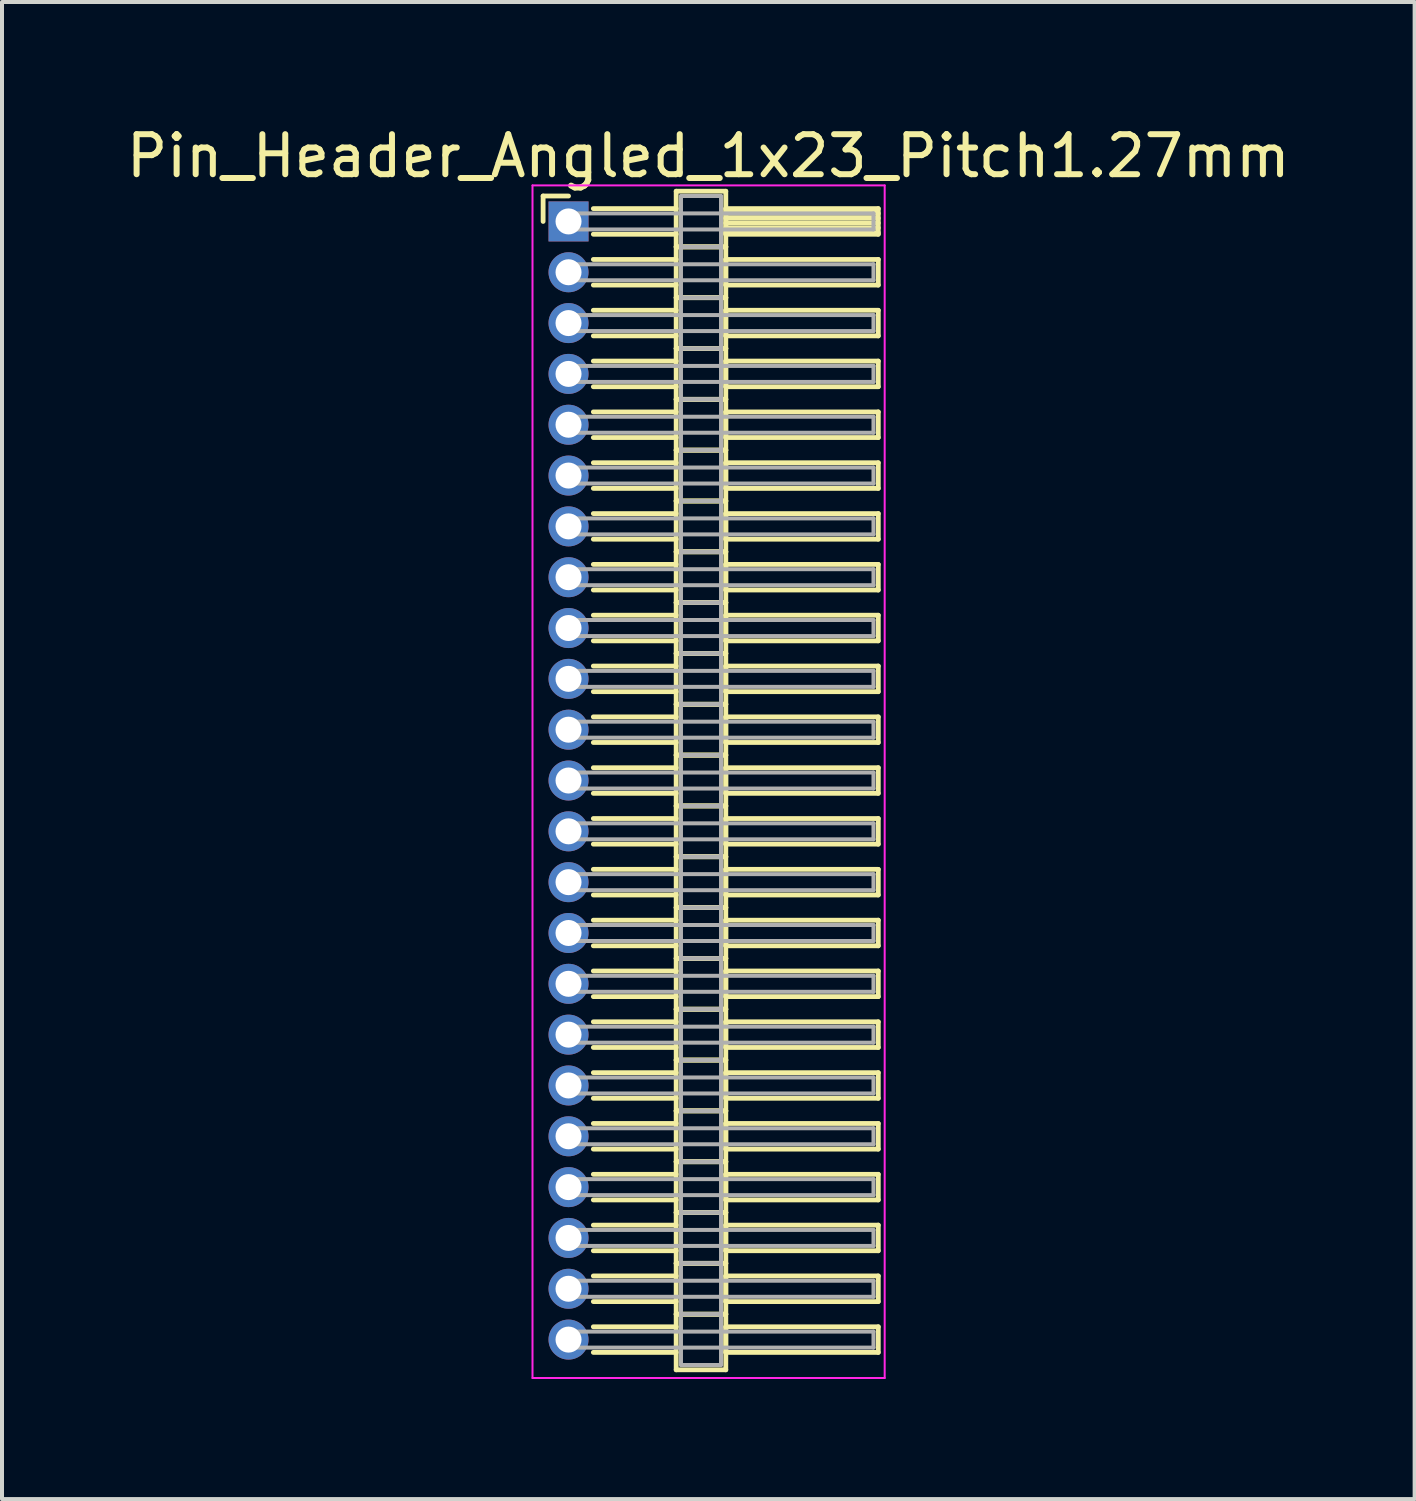
<source format=kicad_pcb>
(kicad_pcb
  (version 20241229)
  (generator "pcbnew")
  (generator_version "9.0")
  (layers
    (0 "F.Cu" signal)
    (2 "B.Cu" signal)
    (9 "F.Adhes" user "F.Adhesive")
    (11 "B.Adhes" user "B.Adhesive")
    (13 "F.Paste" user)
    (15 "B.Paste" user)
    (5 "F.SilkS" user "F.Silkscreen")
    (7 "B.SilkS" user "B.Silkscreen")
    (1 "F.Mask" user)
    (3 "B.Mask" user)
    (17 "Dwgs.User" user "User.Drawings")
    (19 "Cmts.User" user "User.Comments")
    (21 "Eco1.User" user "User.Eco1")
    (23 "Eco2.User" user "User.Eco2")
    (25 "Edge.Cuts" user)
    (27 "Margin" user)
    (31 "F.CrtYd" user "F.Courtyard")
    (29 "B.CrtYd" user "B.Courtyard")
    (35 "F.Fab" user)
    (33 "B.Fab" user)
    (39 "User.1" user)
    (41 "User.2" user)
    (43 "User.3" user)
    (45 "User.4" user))
  (footprint "Pin_Header_Angled_1x23_Pitch1.27mm"
    (layer "F.Cu")
    (at 11.156 2.483)
    (property "Reference" "Pin_Header_Angled_1x23_Pitch1.27mm" (at 3.493 -1.635 0) (layer "F.SilkS") (effects (font (size 1 1) (thickness 0.15))))
    (attr through_hole)
    (fp_line (start -0.635 -0.635) (end 0 -0.635) (stroke (width 0.12) (type solid)) (layer "F.SilkS"))
    (fp_line (start -0.635 0) (end -0.635 -0.635) (stroke (width 0.12) (type solid)) (layer "F.SilkS"))
    (fp_line (start 0.62 -0.32) (end 2.69 -0.32) (stroke (width 0.12) (type solid)) (layer "F.SilkS"))
    (fp_line (start 0.62 0.32) (end 2.69 0.32) (stroke (width 0.12) (type solid)) (layer "F.SilkS"))
    (fp_line (start 0.62 0.95) (end 2.69 0.95) (stroke (width 0.12) (type solid)) (layer "F.SilkS"))
    (fp_line (start 0.62 1.59) (end 2.69 1.59) (stroke (width 0.12) (type solid)) (layer "F.SilkS"))
    (fp_line (start 0.62 2.22) (end 2.69 2.22) (stroke (width 0.12) (type solid)) (layer "F.SilkS"))
    (fp_line (start 0.62 2.86) (end 2.69 2.86) (stroke (width 0.12) (type solid)) (layer "F.SilkS"))
    (fp_line (start 0.62 3.49) (end 2.69 3.49) (stroke (width 0.12) (type solid)) (layer "F.SilkS"))
    (fp_line (start 0.62 4.13) (end 2.69 4.13) (stroke (width 0.12) (type solid)) (layer "F.SilkS"))
    (fp_line (start 0.62 4.76) (end 2.69 4.76) (stroke (width 0.12) (type solid)) (layer "F.SilkS"))
    (fp_line (start 0.62 5.4) (end 2.69 5.4) (stroke (width 0.12) (type solid)) (layer "F.SilkS"))
    (fp_line (start 0.62 6.03) (end 2.69 6.03) (stroke (width 0.12) (type solid)) (layer "F.SilkS"))
    (fp_line (start 0.62 6.67) (end 2.69 6.67) (stroke (width 0.12) (type solid)) (layer "F.SilkS"))
    (fp_line (start 0.62 7.3) (end 2.69 7.3) (stroke (width 0.12) (type solid)) (layer "F.SilkS"))
    (fp_line (start 0.62 7.94) (end 2.69 7.94) (stroke (width 0.12) (type solid)) (layer "F.SilkS"))
    (fp_line (start 0.62 8.57) (end 2.69 8.57) (stroke (width 0.12) (type solid)) (layer "F.SilkS"))
    (fp_line (start 0.62 9.21) (end 2.69 9.21) (stroke (width 0.12) (type solid)) (layer "F.SilkS"))
    (fp_line (start 0.62 9.84) (end 2.69 9.84) (stroke (width 0.12) (type solid)) (layer "F.SilkS"))
    (fp_line (start 0.62 10.48) (end 2.69 10.48) (stroke (width 0.12) (type solid)) (layer "F.SilkS"))
    (fp_line (start 0.62 11.11) (end 2.69 11.11) (stroke (width 0.12) (type solid)) (layer "F.SilkS"))
    (fp_line (start 0.62 11.75) (end 2.69 11.75) (stroke (width 0.12) (type solid)) (layer "F.SilkS"))
    (fp_line (start 0.62 12.38) (end 2.69 12.38) (stroke (width 0.12) (type solid)) (layer "F.SilkS"))
    (fp_line (start 0.62 13.02) (end 2.69 13.02) (stroke (width 0.12) (type solid)) (layer "F.SilkS"))
    (fp_line (start 0.62 13.65) (end 2.69 13.65) (stroke (width 0.12) (type solid)) (layer "F.SilkS"))
    (fp_line (start 0.62 14.29) (end 2.69 14.29) (stroke (width 0.12) (type solid)) (layer "F.SilkS"))
    (fp_line (start 0.62 14.92) (end 2.69 14.92) (stroke (width 0.12) (type solid)) (layer "F.SilkS"))
    (fp_line (start 0.62 15.56) (end 2.69 15.56) (stroke (width 0.12) (type solid)) (layer "F.SilkS"))
    (fp_line (start 0.62 16.19) (end 2.69 16.19) (stroke (width 0.12) (type solid)) (layer "F.SilkS"))
    (fp_line (start 0.62 16.83) (end 2.69 16.83) (stroke (width 0.12) (type solid)) (layer "F.SilkS"))
    (fp_line (start 0.62 17.46) (end 2.69 17.46) (stroke (width 0.12) (type solid)) (layer "F.SilkS"))
    (fp_line (start 0.62 18.1) (end 2.69 18.1) (stroke (width 0.12) (type solid)) (layer "F.SilkS"))
    (fp_line (start 0.62 18.73) (end 2.69 18.73) (stroke (width 0.12) (type solid)) (layer "F.SilkS"))
    (fp_line (start 0.62 19.37) (end 2.69 19.37) (stroke (width 0.12) (type solid)) (layer "F.SilkS"))
    (fp_line (start 0.62 20) (end 2.69 20) (stroke (width 0.12) (type solid)) (layer "F.SilkS"))
    (fp_line (start 0.62 20.64) (end 2.69 20.64) (stroke (width 0.12) (type solid)) (layer "F.SilkS"))
    (fp_line (start 0.62 21.27) (end 2.69 21.27) (stroke (width 0.12) (type solid)) (layer "F.SilkS"))
    (fp_line (start 0.62 21.91) (end 2.69 21.91) (stroke (width 0.12) (type solid)) (layer "F.SilkS"))
    (fp_line (start 0.62 22.54) (end 2.69 22.54) (stroke (width 0.12) (type solid)) (layer "F.SilkS"))
    (fp_line (start 0.62 23.18) (end 2.69 23.18) (stroke (width 0.12) (type solid)) (layer "F.SilkS"))
    (fp_line (start 0.62 23.81) (end 2.69 23.81) (stroke (width 0.12) (type solid)) (layer "F.SilkS"))
    (fp_line (start 0.62 24.45) (end 2.69 24.45) (stroke (width 0.12) (type solid)) (layer "F.SilkS"))
    (fp_line (start 0.62 25.08) (end 2.69 25.08) (stroke (width 0.12) (type solid)) (layer "F.SilkS"))
    (fp_line (start 0.62 25.72) (end 2.69 25.72) (stroke (width 0.12) (type solid)) (layer "F.SilkS"))
    (fp_line (start 0.62 26.35) (end 2.69 26.35) (stroke (width 0.12) (type solid)) (layer "F.SilkS"))
    (fp_line (start 0.62 26.99) (end 2.69 26.99) (stroke (width 0.12) (type solid)) (layer "F.SilkS"))
    (fp_line (start 0.62 27.62) (end 2.69 27.62) (stroke (width 0.12) (type solid)) (layer "F.SilkS"))
    (fp_line (start 0.62 28.26) (end 2.69 28.26) (stroke (width 0.12) (type solid)) (layer "F.SilkS"))
    (fp_line (start 2.69 -0.755) (end 2.69 0.635) (stroke (width 0.12) (type solid)) (layer "F.SilkS"))
    (fp_line (start 2.69 0.635) (end 2.69 1.905) (stroke (width 0.12) (type solid)) (layer "F.SilkS"))
    (fp_line (start 2.69 0.635) (end 3.93 0.635) (stroke (width 0.12) (type solid)) (layer "F.SilkS"))
    (fp_line (start 2.69 1.905) (end 2.69 3.175) (stroke (width 0.12) (type solid)) (layer "F.SilkS"))
    (fp_line (start 2.69 1.905) (end 3.93 1.905) (stroke (width 0.12) (type solid)) (layer "F.SilkS"))
    (fp_line (start 2.69 3.175) (end 2.69 4.445) (stroke (width 0.12) (type solid)) (layer "F.SilkS"))
    (fp_line (start 2.69 3.175) (end 3.93 3.175) (stroke (width 0.12) (type solid)) (layer "F.SilkS"))
    (fp_line (start 2.69 4.445) (end 2.69 5.715) (stroke (width 0.12) (type solid)) (layer "F.SilkS"))
    (fp_line (start 2.69 4.445) (end 3.93 4.445) (stroke (width 0.12) (type solid)) (layer "F.SilkS"))
    (fp_line (start 2.69 5.715) (end 2.69 6.985) (stroke (width 0.12) (type solid)) (layer "F.SilkS"))
    (fp_line (start 2.69 5.715) (end 3.93 5.715) (stroke (width 0.12) (type solid)) (layer "F.SilkS"))
    (fp_line (start 2.69 6.985) (end 2.69 8.255) (stroke (width 0.12) (type solid)) (layer "F.SilkS"))
    (fp_line (start 2.69 6.985) (end 3.93 6.985) (stroke (width 0.12) (type solid)) (layer "F.SilkS"))
    (fp_line (start 2.69 8.255) (end 2.69 9.525) (stroke (width 0.12) (type solid)) (layer "F.SilkS"))
    (fp_line (start 2.69 8.255) (end 3.93 8.255) (stroke (width 0.12) (type solid)) (layer "F.SilkS"))
    (fp_line (start 2.69 9.525) (end 2.69 10.795) (stroke (width 0.12) (type solid)) (layer "F.SilkS"))
    (fp_line (start 2.69 9.525) (end 3.93 9.525) (stroke (width 0.12) (type solid)) (layer "F.SilkS"))
    (fp_line (start 2.69 10.795) (end 2.69 12.065) (stroke (width 0.12) (type solid)) (layer "F.SilkS"))
    (fp_line (start 2.69 10.795) (end 3.93 10.795) (stroke (width 0.12) (type solid)) (layer "F.SilkS"))
    (fp_line (start 2.69 12.065) (end 2.69 13.335) (stroke (width 0.12) (type solid)) (layer "F.SilkS"))
    (fp_line (start 2.69 12.065) (end 3.93 12.065) (stroke (width 0.12) (type solid)) (layer "F.SilkS"))
    (fp_line (start 2.69 13.335) (end 2.69 14.605) (stroke (width 0.12) (type solid)) (layer "F.SilkS"))
    (fp_line (start 2.69 13.335) (end 3.93 13.335) (stroke (width 0.12) (type solid)) (layer "F.SilkS"))
    (fp_line (start 2.69 14.605) (end 2.69 15.875) (stroke (width 0.12) (type solid)) (layer "F.SilkS"))
    (fp_line (start 2.69 14.605) (end 3.93 14.605) (stroke (width 0.12) (type solid)) (layer "F.SilkS"))
    (fp_line (start 2.69 15.875) (end 2.69 17.145) (stroke (width 0.12) (type solid)) (layer "F.SilkS"))
    (fp_line (start 2.69 15.875) (end 3.93 15.875) (stroke (width 0.12) (type solid)) (layer "F.SilkS"))
    (fp_line (start 2.69 17.145) (end 2.69 18.415) (stroke (width 0.12) (type solid)) (layer "F.SilkS"))
    (fp_line (start 2.69 17.145) (end 3.93 17.145) (stroke (width 0.12) (type solid)) (layer "F.SilkS"))
    (fp_line (start 2.69 18.415) (end 2.69 19.685) (stroke (width 0.12) (type solid)) (layer "F.SilkS"))
    (fp_line (start 2.69 18.415) (end 3.93 18.415) (stroke (width 0.12) (type solid)) (layer "F.SilkS"))
    (fp_line (start 2.69 19.685) (end 2.69 20.955) (stroke (width 0.12) (type solid)) (layer "F.SilkS"))
    (fp_line (start 2.69 19.685) (end 3.93 19.685) (stroke (width 0.12) (type solid)) (layer "F.SilkS"))
    (fp_line (start 2.69 20.955) (end 2.69 22.225) (stroke (width 0.12) (type solid)) (layer "F.SilkS"))
    (fp_line (start 2.69 20.955) (end 3.93 20.955) (stroke (width 0.12) (type solid)) (layer "F.SilkS"))
    (fp_line (start 2.69 22.225) (end 2.69 23.495) (stroke (width 0.12) (type solid)) (layer "F.SilkS"))
    (fp_line (start 2.69 22.225) (end 3.93 22.225) (stroke (width 0.12) (type solid)) (layer "F.SilkS"))
    (fp_line (start 2.69 23.495) (end 2.69 24.765) (stroke (width 0.12) (type solid)) (layer "F.SilkS"))
    (fp_line (start 2.69 23.495) (end 3.93 23.495) (stroke (width 0.12) (type solid)) (layer "F.SilkS"))
    (fp_line (start 2.69 24.765) (end 2.69 26.035) (stroke (width 0.12) (type solid)) (layer "F.SilkS"))
    (fp_line (start 2.69 24.765) (end 3.93 24.765) (stroke (width 0.12) (type solid)) (layer "F.SilkS"))
    (fp_line (start 2.69 26.035) (end 2.69 27.305) (stroke (width 0.12) (type solid)) (layer "F.SilkS"))
    (fp_line (start 2.69 26.035) (end 3.93 26.035) (stroke (width 0.12) (type solid)) (layer "F.SilkS"))
    (fp_line (start 2.69 27.305) (end 2.69 28.695) (stroke (width 0.12) (type solid)) (layer "F.SilkS"))
    (fp_line (start 2.69 27.305) (end 3.93 27.305) (stroke (width 0.12) (type solid)) (layer "F.SilkS"))
    (fp_line (start 2.69 28.695) (end 3.93 28.695) (stroke (width 0.12) (type solid)) (layer "F.SilkS"))
    (fp_line (start 3.93 -0.755) (end 2.69 -0.755) (stroke (width 0.12) (type solid)) (layer "F.SilkS"))
    (fp_line (start 3.93 -0.32) (end 3.93 0.32) (stroke (width 0.12) (type solid)) (layer "F.SilkS"))
    (fp_line (start 3.93 -0.2) (end 7.74 -0.2) (stroke (width 0.12) (type solid)) (layer "F.SilkS"))
    (fp_line (start 3.93 -0.08) (end 7.74 -0.08) (stroke (width 0.12) (type solid)) (layer "F.SilkS"))
    (fp_line (start 3.93 0.04) (end 7.74 0.04) (stroke (width 0.12) (type solid)) (layer "F.SilkS"))
    (fp_line (start 3.93 0.16) (end 7.74 0.16) (stroke (width 0.12) (type solid)) (layer "F.SilkS"))
    (fp_line (start 3.93 0.28) (end 7.74 0.28) (stroke (width 0.12) (type solid)) (layer "F.SilkS"))
    (fp_line (start 3.93 0.32) (end 7.74 0.32) (stroke (width 0.12) (type solid)) (layer "F.SilkS"))
    (fp_line (start 3.93 0.635) (end 2.69 0.635) (stroke (width 0.12) (type solid)) (layer "F.SilkS"))
    (fp_line (start 3.93 0.635) (end 3.93 -0.755) (stroke (width 0.12) (type solid)) (layer "F.SilkS"))
    (fp_line (start 3.93 0.95) (end 3.93 1.59) (stroke (width 0.12) (type solid)) (layer "F.SilkS"))
    (fp_line (start 3.93 1.59) (end 7.74 1.59) (stroke (width 0.12) (type solid)) (layer "F.SilkS"))
    (fp_line (start 3.93 1.905) (end 2.69 1.905) (stroke (width 0.12) (type solid)) (layer "F.SilkS"))
    (fp_line (start 3.93 1.905) (end 3.93 0.635) (stroke (width 0.12) (type solid)) (layer "F.SilkS"))
    (fp_line (start 3.93 2.22) (end 3.93 2.86) (stroke (width 0.12) (type solid)) (layer "F.SilkS"))
    (fp_line (start 3.93 2.86) (end 7.74 2.86) (stroke (width 0.12) (type solid)) (layer "F.SilkS"))
    (fp_line (start 3.93 3.175) (end 2.69 3.175) (stroke (width 0.12) (type solid)) (layer "F.SilkS"))
    (fp_line (start 3.93 3.175) (end 3.93 1.905) (stroke (width 0.12) (type solid)) (layer "F.SilkS"))
    (fp_line (start 3.93 3.49) (end 3.93 4.13) (stroke (width 0.12) (type solid)) (layer "F.SilkS"))
    (fp_line (start 3.93 4.13) (end 7.74 4.13) (stroke (width 0.12) (type solid)) (layer "F.SilkS"))
    (fp_line (start 3.93 4.445) (end 2.69 4.445) (stroke (width 0.12) (type solid)) (layer "F.SilkS"))
    (fp_line (start 3.93 4.445) (end 3.93 3.175) (stroke (width 0.12) (type solid)) (layer "F.SilkS"))
    (fp_line (start 3.93 4.76) (end 3.93 5.4) (stroke (width 0.12) (type solid)) (layer "F.SilkS"))
    (fp_line (start 3.93 5.4) (end 7.74 5.4) (stroke (width 0.12) (type solid)) (layer "F.SilkS"))
    (fp_line (start 3.93 5.715) (end 2.69 5.715) (stroke (width 0.12) (type solid)) (layer "F.SilkS"))
    (fp_line (start 3.93 5.715) (end 3.93 4.445) (stroke (width 0.12) (type solid)) (layer "F.SilkS"))
    (fp_line (start 3.93 6.03) (end 3.93 6.67) (stroke (width 0.12) (type solid)) (layer "F.SilkS"))
    (fp_line (start 3.93 6.67) (end 7.74 6.67) (stroke (width 0.12) (type solid)) (layer "F.SilkS"))
    (fp_line (start 3.93 6.985) (end 2.69 6.985) (stroke (width 0.12) (type solid)) (layer "F.SilkS"))
    (fp_line (start 3.93 6.985) (end 3.93 5.715) (stroke (width 0.12) (type solid)) (layer "F.SilkS"))
    (fp_line (start 3.93 7.3) (end 3.93 7.94) (stroke (width 0.12) (type solid)) (layer "F.SilkS"))
    (fp_line (start 3.93 7.94) (end 7.74 7.94) (stroke (width 0.12) (type solid)) (layer "F.SilkS"))
    (fp_line (start 3.93 8.255) (end 2.69 8.255) (stroke (width 0.12) (type solid)) (layer "F.SilkS"))
    (fp_line (start 3.93 8.255) (end 3.93 6.985) (stroke (width 0.12) (type solid)) (layer "F.SilkS"))
    (fp_line (start 3.93 8.57) (end 3.93 9.21) (stroke (width 0.12) (type solid)) (layer "F.SilkS"))
    (fp_line (start 3.93 9.21) (end 7.74 9.21) (stroke (width 0.12) (type solid)) (layer "F.SilkS"))
    (fp_line (start 3.93 9.525) (end 2.69 9.525) (stroke (width 0.12) (type solid)) (layer "F.SilkS"))
    (fp_line (start 3.93 9.525) (end 3.93 8.255) (stroke (width 0.12) (type solid)) (layer "F.SilkS"))
    (fp_line (start 3.93 9.84) (end 3.93 10.48) (stroke (width 0.12) (type solid)) (layer "F.SilkS"))
    (fp_line (start 3.93 10.48) (end 7.74 10.48) (stroke (width 0.12) (type solid)) (layer "F.SilkS"))
    (fp_line (start 3.93 10.795) (end 2.69 10.795) (stroke (width 0.12) (type solid)) (layer "F.SilkS"))
    (fp_line (start 3.93 10.795) (end 3.93 9.525) (stroke (width 0.12) (type solid)) (layer "F.SilkS"))
    (fp_line (start 3.93 11.11) (end 3.93 11.75) (stroke (width 0.12) (type solid)) (layer "F.SilkS"))
    (fp_line (start 3.93 11.75) (end 7.74 11.75) (stroke (width 0.12) (type solid)) (layer "F.SilkS"))
    (fp_line (start 3.93 12.065) (end 2.69 12.065) (stroke (width 0.12) (type solid)) (layer "F.SilkS"))
    (fp_line (start 3.93 12.065) (end 3.93 10.795) (stroke (width 0.12) (type solid)) (layer "F.SilkS"))
    (fp_line (start 3.93 12.38) (end 3.93 13.02) (stroke (width 0.12) (type solid)) (layer "F.SilkS"))
    (fp_line (start 3.93 13.02) (end 7.74 13.02) (stroke (width 0.12) (type solid)) (layer "F.SilkS"))
    (fp_line (start 3.93 13.335) (end 2.69 13.335) (stroke (width 0.12) (type solid)) (layer "F.SilkS"))
    (fp_line (start 3.93 13.335) (end 3.93 12.065) (stroke (width 0.12) (type solid)) (layer "F.SilkS"))
    (fp_line (start 3.93 13.65) (end 3.93 14.29) (stroke (width 0.12) (type solid)) (layer "F.SilkS"))
    (fp_line (start 3.93 14.29) (end 7.74 14.29) (stroke (width 0.12) (type solid)) (layer "F.SilkS"))
    (fp_line (start 3.93 14.605) (end 2.69 14.605) (stroke (width 0.12) (type solid)) (layer "F.SilkS"))
    (fp_line (start 3.93 14.605) (end 3.93 13.335) (stroke (width 0.12) (type solid)) (layer "F.SilkS"))
    (fp_line (start 3.93 14.92) (end 3.93 15.56) (stroke (width 0.12) (type solid)) (layer "F.SilkS"))
    (fp_line (start 3.93 15.56) (end 7.74 15.56) (stroke (width 0.12) (type solid)) (layer "F.SilkS"))
    (fp_line (start 3.93 15.875) (end 2.69 15.875) (stroke (width 0.12) (type solid)) (layer "F.SilkS"))
    (fp_line (start 3.93 15.875) (end 3.93 14.605) (stroke (width 0.12) (type solid)) (layer "F.SilkS"))
    (fp_line (start 3.93 16.19) (end 3.93 16.83) (stroke (width 0.12) (type solid)) (layer "F.SilkS"))
    (fp_line (start 3.93 16.83) (end 7.74 16.83) (stroke (width 0.12) (type solid)) (layer "F.SilkS"))
    (fp_line (start 3.93 17.145) (end 2.69 17.145) (stroke (width 0.12) (type solid)) (layer "F.SilkS"))
    (fp_line (start 3.93 17.145) (end 3.93 15.875) (stroke (width 0.12) (type solid)) (layer "F.SilkS"))
    (fp_line (start 3.93 17.46) (end 3.93 18.1) (stroke (width 0.12) (type solid)) (layer "F.SilkS"))
    (fp_line (start 3.93 18.1) (end 7.74 18.1) (stroke (width 0.12) (type solid)) (layer "F.SilkS"))
    (fp_line (start 3.93 18.415) (end 2.69 18.415) (stroke (width 0.12) (type solid)) (layer "F.SilkS"))
    (fp_line (start 3.93 18.415) (end 3.93 17.145) (stroke (width 0.12) (type solid)) (layer "F.SilkS"))
    (fp_line (start 3.93 18.73) (end 3.93 19.37) (stroke (width 0.12) (type solid)) (layer "F.SilkS"))
    (fp_line (start 3.93 19.37) (end 7.74 19.37) (stroke (width 0.12) (type solid)) (layer "F.SilkS"))
    (fp_line (start 3.93 19.685) (end 2.69 19.685) (stroke (width 0.12) (type solid)) (layer "F.SilkS"))
    (fp_line (start 3.93 19.685) (end 3.93 18.415) (stroke (width 0.12) (type solid)) (layer "F.SilkS"))
    (fp_line (start 3.93 20) (end 3.93 20.64) (stroke (width 0.12) (type solid)) (layer "F.SilkS"))
    (fp_line (start 3.93 20.64) (end 7.74 20.64) (stroke (width 0.12) (type solid)) (layer "F.SilkS"))
    (fp_line (start 3.93 20.955) (end 2.69 20.955) (stroke (width 0.12) (type solid)) (layer "F.SilkS"))
    (fp_line (start 3.93 20.955) (end 3.93 19.685) (stroke (width 0.12) (type solid)) (layer "F.SilkS"))
    (fp_line (start 3.93 21.27) (end 3.93 21.91) (stroke (width 0.12) (type solid)) (layer "F.SilkS"))
    (fp_line (start 3.93 21.91) (end 7.74 21.91) (stroke (width 0.12) (type solid)) (layer "F.SilkS"))
    (fp_line (start 3.93 22.225) (end 2.69 22.225) (stroke (width 0.12) (type solid)) (layer "F.SilkS"))
    (fp_line (start 3.93 22.225) (end 3.93 20.955) (stroke (width 0.12) (type solid)) (layer "F.SilkS"))
    (fp_line (start 3.93 22.54) (end 3.93 23.18) (stroke (width 0.12) (type solid)) (layer "F.SilkS"))
    (fp_line (start 3.93 23.18) (end 7.74 23.18) (stroke (width 0.12) (type solid)) (layer "F.SilkS"))
    (fp_line (start 3.93 23.495) (end 2.69 23.495) (stroke (width 0.12) (type solid)) (layer "F.SilkS"))
    (fp_line (start 3.93 23.495) (end 3.93 22.225) (stroke (width 0.12) (type solid)) (layer "F.SilkS"))
    (fp_line (start 3.93 23.81) (end 3.93 24.45) (stroke (width 0.12) (type solid)) (layer "F.SilkS"))
    (fp_line (start 3.93 24.45) (end 7.74 24.45) (stroke (width 0.12) (type solid)) (layer "F.SilkS"))
    (fp_line (start 3.93 24.765) (end 2.69 24.765) (stroke (width 0.12) (type solid)) (layer "F.SilkS"))
    (fp_line (start 3.93 24.765) (end 3.93 23.495) (stroke (width 0.12) (type solid)) (layer "F.SilkS"))
    (fp_line (start 3.93 25.08) (end 3.93 25.72) (stroke (width 0.12) (type solid)) (layer "F.SilkS"))
    (fp_line (start 3.93 25.72) (end 7.74 25.72) (stroke (width 0.12) (type solid)) (layer "F.SilkS"))
    (fp_line (start 3.93 26.035) (end 2.69 26.035) (stroke (width 0.12) (type solid)) (layer "F.SilkS"))
    (fp_line (start 3.93 26.035) (end 3.93 24.765) (stroke (width 0.12) (type solid)) (layer "F.SilkS"))
    (fp_line (start 3.93 26.35) (end 3.93 26.99) (stroke (width 0.12) (type solid)) (layer "F.SilkS"))
    (fp_line (start 3.93 26.99) (end 7.74 26.99) (stroke (width 0.12) (type solid)) (layer "F.SilkS"))
    (fp_line (start 3.93 27.305) (end 2.69 27.305) (stroke (width 0.12) (type solid)) (layer "F.SilkS"))
    (fp_line (start 3.93 27.305) (end 3.93 26.035) (stroke (width 0.12) (type solid)) (layer "F.SilkS"))
    (fp_line (start 3.93 27.62) (end 3.93 28.26) (stroke (width 0.12) (type solid)) (layer "F.SilkS"))
    (fp_line (start 3.93 28.26) (end 7.74 28.26) (stroke (width 0.12) (type solid)) (layer "F.SilkS"))
    (fp_line (start 3.93 28.695) (end 3.93 27.305) (stroke (width 0.12) (type solid)) (layer "F.SilkS"))
    (fp_line (start 7.74 -0.32) (end 3.93 -0.32) (stroke (width 0.12) (type solid)) (layer "F.SilkS"))
    (fp_line (start 7.74 0.32) (end 7.74 -0.32) (stroke (width 0.12) (type solid)) (layer "F.SilkS"))
    (fp_line (start 7.74 0.95) (end 3.93 0.95) (stroke (width 0.12) (type solid)) (layer "F.SilkS"))
    (fp_line (start 7.74 1.59) (end 7.74 0.95) (stroke (width 0.12) (type solid)) (layer "F.SilkS"))
    (fp_line (start 7.74 2.22) (end 3.93 2.22) (stroke (width 0.12) (type solid)) (layer "F.SilkS"))
    (fp_line (start 7.74 2.86) (end 7.74 2.22) (stroke (width 0.12) (type solid)) (layer "F.SilkS"))
    (fp_line (start 7.74 3.49) (end 3.93 3.49) (stroke (width 0.12) (type solid)) (layer "F.SilkS"))
    (fp_line (start 7.74 4.13) (end 7.74 3.49) (stroke (width 0.12) (type solid)) (layer "F.SilkS"))
    (fp_line (start 7.74 4.76) (end 3.93 4.76) (stroke (width 0.12) (type solid)) (layer "F.SilkS"))
    (fp_line (start 7.74 5.4) (end 7.74 4.76) (stroke (width 0.12) (type solid)) (layer "F.SilkS"))
    (fp_line (start 7.74 6.03) (end 3.93 6.03) (stroke (width 0.12) (type solid)) (layer "F.SilkS"))
    (fp_line (start 7.74 6.67) (end 7.74 6.03) (stroke (width 0.12) (type solid)) (layer "F.SilkS"))
    (fp_line (start 7.74 7.3) (end 3.93 7.3) (stroke (width 0.12) (type solid)) (layer "F.SilkS"))
    (fp_line (start 7.74 7.94) (end 7.74 7.3) (stroke (width 0.12) (type solid)) (layer "F.SilkS"))
    (fp_line (start 7.74 8.57) (end 3.93 8.57) (stroke (width 0.12) (type solid)) (layer "F.SilkS"))
    (fp_line (start 7.74 9.21) (end 7.74 8.57) (stroke (width 0.12) (type solid)) (layer "F.SilkS"))
    (fp_line (start 7.74 9.84) (end 3.93 9.84) (stroke (width 0.12) (type solid)) (layer "F.SilkS"))
    (fp_line (start 7.74 10.48) (end 7.74 9.84) (stroke (width 0.12) (type solid)) (layer "F.SilkS"))
    (fp_line (start 7.74 11.11) (end 3.93 11.11) (stroke (width 0.12) (type solid)) (layer "F.SilkS"))
    (fp_line (start 7.74 11.75) (end 7.74 11.11) (stroke (width 0.12) (type solid)) (layer "F.SilkS"))
    (fp_line (start 7.74 12.38) (end 3.93 12.38) (stroke (width 0.12) (type solid)) (layer "F.SilkS"))
    (fp_line (start 7.74 13.02) (end 7.74 12.38) (stroke (width 0.12) (type solid)) (layer "F.SilkS"))
    (fp_line (start 7.74 13.65) (end 3.93 13.65) (stroke (width 0.12) (type solid)) (layer "F.SilkS"))
    (fp_line (start 7.74 14.29) (end 7.74 13.65) (stroke (width 0.12) (type solid)) (layer "F.SilkS"))
    (fp_line (start 7.74 14.92) (end 3.93 14.92) (stroke (width 0.12) (type solid)) (layer "F.SilkS"))
    (fp_line (start 7.74 15.56) (end 7.74 14.92) (stroke (width 0.12) (type solid)) (layer "F.SilkS"))
    (fp_line (start 7.74 16.19) (end 3.93 16.19) (stroke (width 0.12) (type solid)) (layer "F.SilkS"))
    (fp_line (start 7.74 16.83) (end 7.74 16.19) (stroke (width 0.12) (type solid)) (layer "F.SilkS"))
    (fp_line (start 7.74 17.46) (end 3.93 17.46) (stroke (width 0.12) (type solid)) (layer "F.SilkS"))
    (fp_line (start 7.74 18.1) (end 7.74 17.46) (stroke (width 0.12) (type solid)) (layer "F.SilkS"))
    (fp_line (start 7.74 18.73) (end 3.93 18.73) (stroke (width 0.12) (type solid)) (layer "F.SilkS"))
    (fp_line (start 7.74 19.37) (end 7.74 18.73) (stroke (width 0.12) (type solid)) (layer "F.SilkS"))
    (fp_line (start 7.74 20) (end 3.93 20) (stroke (width 0.12) (type solid)) (layer "F.SilkS"))
    (fp_line (start 7.74 20.64) (end 7.74 20) (stroke (width 0.12) (type solid)) (layer "F.SilkS"))
    (fp_line (start 7.74 21.27) (end 3.93 21.27) (stroke (width 0.12) (type solid)) (layer "F.SilkS"))
    (fp_line (start 7.74 21.91) (end 7.74 21.27) (stroke (width 0.12) (type solid)) (layer "F.SilkS"))
    (fp_line (start 7.74 22.54) (end 3.93 22.54) (stroke (width 0.12) (type solid)) (layer "F.SilkS"))
    (fp_line (start 7.74 23.18) (end 7.74 22.54) (stroke (width 0.12) (type solid)) (layer "F.SilkS"))
    (fp_line (start 7.74 23.81) (end 3.93 23.81) (stroke (width 0.12) (type solid)) (layer "F.SilkS"))
    (fp_line (start 7.74 24.45) (end 7.74 23.81) (stroke (width 0.12) (type solid)) (layer "F.SilkS"))
    (fp_line (start 7.74 25.08) (end 3.93 25.08) (stroke (width 0.12) (type solid)) (layer "F.SilkS"))
    (fp_line (start 7.74 25.72) (end 7.74 25.08) (stroke (width 0.12) (type solid)) (layer "F.SilkS"))
    (fp_line (start 7.74 26.35) (end 3.93 26.35) (stroke (width 0.12) (type solid)) (layer "F.SilkS"))
    (fp_line (start 7.74 26.99) (end 7.74 26.35) (stroke (width 0.12) (type solid)) (layer "F.SilkS"))
    (fp_line (start 7.74 27.62) (end 3.93 27.62) (stroke (width 0.12) (type solid)) (layer "F.SilkS"))
    (fp_line (start 7.74 28.26) (end 7.74 27.62) (stroke (width 0.12) (type solid)) (layer "F.SilkS"))
    (fp_line (start -0.9 -0.9) (end -0.9 28.9) (stroke (width 0.05) (type solid)) (layer "F.CrtYd"))
    (fp_line (start -0.9 28.9) (end 7.9 28.9) (stroke (width 0.05) (type solid)) (layer "F.CrtYd"))
    (fp_line (start 7.9 -0.9) (end -0.9 -0.9) (stroke (width 0.05) (type solid)) (layer "F.CrtYd"))
    (fp_line (start 7.9 28.9) (end 7.9 -0.9) (stroke (width 0.05) (type solid)) (layer "F.CrtYd"))
    (fp_line (start 0 -0.2) (end 0 0.2) (stroke (width 0.1) (type solid)) (layer "F.Fab"))
    (fp_line (start 0 0.2) (end 7.62 0.2) (stroke (width 0.1) (type solid)) (layer "F.Fab"))
    (fp_line (start 0 1.07) (end 0 1.47) (stroke (width 0.1) (type solid)) (layer "F.Fab"))
    (fp_line (start 0 1.47) (end 7.62 1.47) (stroke (width 0.1) (type solid)) (layer "F.Fab"))
    (fp_line (start 0 2.34) (end 0 2.74) (stroke (width 0.1) (type solid)) (layer "F.Fab"))
    (fp_line (start 0 2.74) (end 7.62 2.74) (stroke (width 0.1) (type solid)) (layer "F.Fab"))
    (fp_line (start 0 3.61) (end 0 4.01) (stroke (width 0.1) (type solid)) (layer "F.Fab"))
    (fp_line (start 0 4.01) (end 7.62 4.01) (stroke (width 0.1) (type solid)) (layer "F.Fab"))
    (fp_line (start 0 4.88) (end 0 5.28) (stroke (width 0.1) (type solid)) (layer "F.Fab"))
    (fp_line (start 0 5.28) (end 7.62 5.28) (stroke (width 0.1) (type solid)) (layer "F.Fab"))
    (fp_line (start 0 6.15) (end 0 6.55) (stroke (width 0.1) (type solid)) (layer "F.Fab"))
    (fp_line (start 0 6.55) (end 7.62 6.55) (stroke (width 0.1) (type solid)) (layer "F.Fab"))
    (fp_line (start 0 7.42) (end 0 7.82) (stroke (width 0.1) (type solid)) (layer "F.Fab"))
    (fp_line (start 0 7.82) (end 7.62 7.82) (stroke (width 0.1) (type solid)) (layer "F.Fab"))
    (fp_line (start 0 8.69) (end 0 9.09) (stroke (width 0.1) (type solid)) (layer "F.Fab"))
    (fp_line (start 0 9.09) (end 7.62 9.09) (stroke (width 0.1) (type solid)) (layer "F.Fab"))
    (fp_line (start 0 9.96) (end 0 10.36) (stroke (width 0.1) (type solid)) (layer "F.Fab"))
    (fp_line (start 0 10.36) (end 7.62 10.36) (stroke (width 0.1) (type solid)) (layer "F.Fab"))
    (fp_line (start 0 11.23) (end 0 11.63) (stroke (width 0.1) (type solid)) (layer "F.Fab"))
    (fp_line (start 0 11.63) (end 7.62 11.63) (stroke (width 0.1) (type solid)) (layer "F.Fab"))
    (fp_line (start 0 12.5) (end 0 12.9) (stroke (width 0.1) (type solid)) (layer "F.Fab"))
    (fp_line (start 0 12.9) (end 7.62 12.9) (stroke (width 0.1) (type solid)) (layer "F.Fab"))
    (fp_line (start 0 13.77) (end 0 14.17) (stroke (width 0.1) (type solid)) (layer "F.Fab"))
    (fp_line (start 0 14.17) (end 7.62 14.17) (stroke (width 0.1) (type solid)) (layer "F.Fab"))
    (fp_line (start 0 15.04) (end 0 15.44) (stroke (width 0.1) (type solid)) (layer "F.Fab"))
    (fp_line (start 0 15.44) (end 7.62 15.44) (stroke (width 0.1) (type solid)) (layer "F.Fab"))
    (fp_line (start 0 16.31) (end 0 16.71) (stroke (width 0.1) (type solid)) (layer "F.Fab"))
    (fp_line (start 0 16.71) (end 7.62 16.71) (stroke (width 0.1) (type solid)) (layer "F.Fab"))
    (fp_line (start 0 17.58) (end 0 17.98) (stroke (width 0.1) (type solid)) (layer "F.Fab"))
    (fp_line (start 0 17.98) (end 7.62 17.98) (stroke (width 0.1) (type solid)) (layer "F.Fab"))
    (fp_line (start 0 18.85) (end 0 19.25) (stroke (width 0.1) (type solid)) (layer "F.Fab"))
    (fp_line (start 0 19.25) (end 7.62 19.25) (stroke (width 0.1) (type solid)) (layer "F.Fab"))
    (fp_line (start 0 20.12) (end 0 20.52) (stroke (width 0.1) (type solid)) (layer "F.Fab"))
    (fp_line (start 0 20.52) (end 7.62 20.52) (stroke (width 0.1) (type solid)) (layer "F.Fab"))
    (fp_line (start 0 21.39) (end 0 21.79) (stroke (width 0.1) (type solid)) (layer "F.Fab"))
    (fp_line (start 0 21.79) (end 7.62 21.79) (stroke (width 0.1) (type solid)) (layer "F.Fab"))
    (fp_line (start 0 22.66) (end 0 23.06) (stroke (width 0.1) (type solid)) (layer "F.Fab"))
    (fp_line (start 0 23.06) (end 7.62 23.06) (stroke (width 0.1) (type solid)) (layer "F.Fab"))
    (fp_line (start 0 23.93) (end 0 24.33) (stroke (width 0.1) (type solid)) (layer "F.Fab"))
    (fp_line (start 0 24.33) (end 7.62 24.33) (stroke (width 0.1) (type solid)) (layer "F.Fab"))
    (fp_line (start 0 25.2) (end 0 25.6) (stroke (width 0.1) (type solid)) (layer "F.Fab"))
    (fp_line (start 0 25.6) (end 7.62 25.6) (stroke (width 0.1) (type solid)) (layer "F.Fab"))
    (fp_line (start 0 26.47) (end 0 26.87) (stroke (width 0.1) (type solid)) (layer "F.Fab"))
    (fp_line (start 0 26.87) (end 7.62 26.87) (stroke (width 0.1) (type solid)) (layer "F.Fab"))
    (fp_line (start 0 27.74) (end 0 28.14) (stroke (width 0.1) (type solid)) (layer "F.Fab"))
    (fp_line (start 0 28.14) (end 7.62 28.14) (stroke (width 0.1) (type solid)) (layer "F.Fab"))
    (fp_line (start 2.81 -0.635) (end 2.81 0.635) (stroke (width 0.1) (type solid)) (layer "F.Fab"))
    (fp_line (start 2.81 0.635) (end 2.81 1.905) (stroke (width 0.1) (type solid)) (layer "F.Fab"))
    (fp_line (start 2.81 0.635) (end 3.81 0.635) (stroke (width 0.1) (type solid)) (layer "F.Fab"))
    (fp_line (start 2.81 1.905) (end 2.81 3.175) (stroke (width 0.1) (type solid)) (layer "F.Fab"))
    (fp_line (start 2.81 1.905) (end 3.81 1.905) (stroke (width 0.1) (type solid)) (layer "F.Fab"))
    (fp_line (start 2.81 3.175) (end 2.81 4.445) (stroke (width 0.1) (type solid)) (layer "F.Fab"))
    (fp_line (start 2.81 3.175) (end 3.81 3.175) (stroke (width 0.1) (type solid)) (layer "F.Fab"))
    (fp_line (start 2.81 4.445) (end 2.81 5.715) (stroke (width 0.1) (type solid)) (layer "F.Fab"))
    (fp_line (start 2.81 4.445) (end 3.81 4.445) (stroke (width 0.1) (type solid)) (layer "F.Fab"))
    (fp_line (start 2.81 5.715) (end 2.81 6.985) (stroke (width 0.1) (type solid)) (layer "F.Fab"))
    (fp_line (start 2.81 5.715) (end 3.81 5.715) (stroke (width 0.1) (type solid)) (layer "F.Fab"))
    (fp_line (start 2.81 6.985) (end 2.81 8.255) (stroke (width 0.1) (type solid)) (layer "F.Fab"))
    (fp_line (start 2.81 6.985) (end 3.81 6.985) (stroke (width 0.1) (type solid)) (layer "F.Fab"))
    (fp_line (start 2.81 8.255) (end 2.81 9.525) (stroke (width 0.1) (type solid)) (layer "F.Fab"))
    (fp_line (start 2.81 8.255) (end 3.81 8.255) (stroke (width 0.1) (type solid)) (layer "F.Fab"))
    (fp_line (start 2.81 9.525) (end 2.81 10.795) (stroke (width 0.1) (type solid)) (layer "F.Fab"))
    (fp_line (start 2.81 9.525) (end 3.81 9.525) (stroke (width 0.1) (type solid)) (layer "F.Fab"))
    (fp_line (start 2.81 10.795) (end 2.81 12.065) (stroke (width 0.1) (type solid)) (layer "F.Fab"))
    (fp_line (start 2.81 10.795) (end 3.81 10.795) (stroke (width 0.1) (type solid)) (layer "F.Fab"))
    (fp_line (start 2.81 12.065) (end 2.81 13.335) (stroke (width 0.1) (type solid)) (layer "F.Fab"))
    (fp_line (start 2.81 12.065) (end 3.81 12.065) (stroke (width 0.1) (type solid)) (layer "F.Fab"))
    (fp_line (start 2.81 13.335) (end 2.81 14.605) (stroke (width 0.1) (type solid)) (layer "F.Fab"))
    (fp_line (start 2.81 13.335) (end 3.81 13.335) (stroke (width 0.1) (type solid)) (layer "F.Fab"))
    (fp_line (start 2.81 14.605) (end 2.81 15.875) (stroke (width 0.1) (type solid)) (layer "F.Fab"))
    (fp_line (start 2.81 14.605) (end 3.81 14.605) (stroke (width 0.1) (type solid)) (layer "F.Fab"))
    (fp_line (start 2.81 15.875) (end 2.81 17.145) (stroke (width 0.1) (type solid)) (layer "F.Fab"))
    (fp_line (start 2.81 15.875) (end 3.81 15.875) (stroke (width 0.1) (type solid)) (layer "F.Fab"))
    (fp_line (start 2.81 17.145) (end 2.81 18.415) (stroke (width 0.1) (type solid)) (layer "F.Fab"))
    (fp_line (start 2.81 17.145) (end 3.81 17.145) (stroke (width 0.1) (type solid)) (layer "F.Fab"))
    (fp_line (start 2.81 18.415) (end 2.81 19.685) (stroke (width 0.1) (type solid)) (layer "F.Fab"))
    (fp_line (start 2.81 18.415) (end 3.81 18.415) (stroke (width 0.1) (type solid)) (layer "F.Fab"))
    (fp_line (start 2.81 19.685) (end 2.81 20.955) (stroke (width 0.1) (type solid)) (layer "F.Fab"))
    (fp_line (start 2.81 19.685) (end 3.81 19.685) (stroke (width 0.1) (type solid)) (layer "F.Fab"))
    (fp_line (start 2.81 20.955) (end 2.81 22.225) (stroke (width 0.1) (type solid)) (layer "F.Fab"))
    (fp_line (start 2.81 20.955) (end 3.81 20.955) (stroke (width 0.1) (type solid)) (layer "F.Fab"))
    (fp_line (start 2.81 22.225) (end 2.81 23.495) (stroke (width 0.1) (type solid)) (layer "F.Fab"))
    (fp_line (start 2.81 22.225) (end 3.81 22.225) (stroke (width 0.1) (type solid)) (layer "F.Fab"))
    (fp_line (start 2.81 23.495) (end 2.81 24.765) (stroke (width 0.1) (type solid)) (layer "F.Fab"))
    (fp_line (start 2.81 23.495) (end 3.81 23.495) (stroke (width 0.1) (type solid)) (layer "F.Fab"))
    (fp_line (start 2.81 24.765) (end 2.81 26.035) (stroke (width 0.1) (type solid)) (layer "F.Fab"))
    (fp_line (start 2.81 24.765) (end 3.81 24.765) (stroke (width 0.1) (type solid)) (layer "F.Fab"))
    (fp_line (start 2.81 26.035) (end 2.81 27.305) (stroke (width 0.1) (type solid)) (layer "F.Fab"))
    (fp_line (start 2.81 26.035) (end 3.81 26.035) (stroke (width 0.1) (type solid)) (layer "F.Fab"))
    (fp_line (start 2.81 27.305) (end 2.81 28.575) (stroke (width 0.1) (type solid)) (layer "F.Fab"))
    (fp_line (start 2.81 27.305) (end 3.81 27.305) (stroke (width 0.1) (type solid)) (layer "F.Fab"))
    (fp_line (start 2.81 28.575) (end 3.81 28.575) (stroke (width 0.1) (type solid)) (layer "F.Fab"))
    (fp_line (start 3.81 -0.635) (end 2.81 -0.635) (stroke (width 0.1) (type solid)) (layer "F.Fab"))
    (fp_line (start 3.81 0.635) (end 2.81 0.635) (stroke (width 0.1) (type solid)) (layer "F.Fab"))
    (fp_line (start 3.81 0.635) (end 3.81 -0.635) (stroke (width 0.1) (type solid)) (layer "F.Fab"))
    (fp_line (start 3.81 1.905) (end 2.81 1.905) (stroke (width 0.1) (type solid)) (layer "F.Fab"))
    (fp_line (start 3.81 1.905) (end 3.81 0.635) (stroke (width 0.1) (type solid)) (layer "F.Fab"))
    (fp_line (start 3.81 3.175) (end 2.81 3.175) (stroke (width 0.1) (type solid)) (layer "F.Fab"))
    (fp_line (start 3.81 3.175) (end 3.81 1.905) (stroke (width 0.1) (type solid)) (layer "F.Fab"))
    (fp_line (start 3.81 4.445) (end 2.81 4.445) (stroke (width 0.1) (type solid)) (layer "F.Fab"))
    (fp_line (start 3.81 4.445) (end 3.81 3.175) (stroke (width 0.1) (type solid)) (layer "F.Fab"))
    (fp_line (start 3.81 5.715) (end 2.81 5.715) (stroke (width 0.1) (type solid)) (layer "F.Fab"))
    (fp_line (start 3.81 5.715) (end 3.81 4.445) (stroke (width 0.1) (type solid)) (layer "F.Fab"))
    (fp_line (start 3.81 6.985) (end 2.81 6.985) (stroke (width 0.1) (type solid)) (layer "F.Fab"))
    (fp_line (start 3.81 6.985) (end 3.81 5.715) (stroke (width 0.1) (type solid)) (layer "F.Fab"))
    (fp_line (start 3.81 8.255) (end 2.81 8.255) (stroke (width 0.1) (type solid)) (layer "F.Fab"))
    (fp_line (start 3.81 8.255) (end 3.81 6.985) (stroke (width 0.1) (type solid)) (layer "F.Fab"))
    (fp_line (start 3.81 9.525) (end 2.81 9.525) (stroke (width 0.1) (type solid)) (layer "F.Fab"))
    (fp_line (start 3.81 9.525) (end 3.81 8.255) (stroke (width 0.1) (type solid)) (layer "F.Fab"))
    (fp_line (start 3.81 10.795) (end 2.81 10.795) (stroke (width 0.1) (type solid)) (layer "F.Fab"))
    (fp_line (start 3.81 10.795) (end 3.81 9.525) (stroke (width 0.1) (type solid)) (layer "F.Fab"))
    (fp_line (start 3.81 12.065) (end 2.81 12.065) (stroke (width 0.1) (type solid)) (layer "F.Fab"))
    (fp_line (start 3.81 12.065) (end 3.81 10.795) (stroke (width 0.1) (type solid)) (layer "F.Fab"))
    (fp_line (start 3.81 13.335) (end 2.81 13.335) (stroke (width 0.1) (type solid)) (layer "F.Fab"))
    (fp_line (start 3.81 13.335) (end 3.81 12.065) (stroke (width 0.1) (type solid)) (layer "F.Fab"))
    (fp_line (start 3.81 14.605) (end 2.81 14.605) (stroke (width 0.1) (type solid)) (layer "F.Fab"))
    (fp_line (start 3.81 14.605) (end 3.81 13.335) (stroke (width 0.1) (type solid)) (layer "F.Fab"))
    (fp_line (start 3.81 15.875) (end 2.81 15.875) (stroke (width 0.1) (type solid)) (layer "F.Fab"))
    (fp_line (start 3.81 15.875) (end 3.81 14.605) (stroke (width 0.1) (type solid)) (layer "F.Fab"))
    (fp_line (start 3.81 17.145) (end 2.81 17.145) (stroke (width 0.1) (type solid)) (layer "F.Fab"))
    (fp_line (start 3.81 17.145) (end 3.81 15.875) (stroke (width 0.1) (type solid)) (layer "F.Fab"))
    (fp_line (start 3.81 18.415) (end 2.81 18.415) (stroke (width 0.1) (type solid)) (layer "F.Fab"))
    (fp_line (start 3.81 18.415) (end 3.81 17.145) (stroke (width 0.1) (type solid)) (layer "F.Fab"))
    (fp_line (start 3.81 19.685) (end 2.81 19.685) (stroke (width 0.1) (type solid)) (layer "F.Fab"))
    (fp_line (start 3.81 19.685) (end 3.81 18.415) (stroke (width 0.1) (type solid)) (layer "F.Fab"))
    (fp_line (start 3.81 20.955) (end 2.81 20.955) (stroke (width 0.1) (type solid)) (layer "F.Fab"))
    (fp_line (start 3.81 20.955) (end 3.81 19.685) (stroke (width 0.1) (type solid)) (layer "F.Fab"))
    (fp_line (start 3.81 22.225) (end 2.81 22.225) (stroke (width 0.1) (type solid)) (layer "F.Fab"))
    (fp_line (start 3.81 22.225) (end 3.81 20.955) (stroke (width 0.1) (type solid)) (layer "F.Fab"))
    (fp_line (start 3.81 23.495) (end 2.81 23.495) (stroke (width 0.1) (type solid)) (layer "F.Fab"))
    (fp_line (start 3.81 23.495) (end 3.81 22.225) (stroke (width 0.1) (type solid)) (layer "F.Fab"))
    (fp_line (start 3.81 24.765) (end 2.81 24.765) (stroke (width 0.1) (type solid)) (layer "F.Fab"))
    (fp_line (start 3.81 24.765) (end 3.81 23.495) (stroke (width 0.1) (type solid)) (layer "F.Fab"))
    (fp_line (start 3.81 26.035) (end 2.81 26.035) (stroke (width 0.1) (type solid)) (layer "F.Fab"))
    (fp_line (start 3.81 26.035) (end 3.81 24.765) (stroke (width 0.1) (type solid)) (layer "F.Fab"))
    (fp_line (start 3.81 27.305) (end 2.81 27.305) (stroke (width 0.1) (type solid)) (layer "F.Fab"))
    (fp_line (start 3.81 27.305) (end 3.81 26.035) (stroke (width 0.1) (type solid)) (layer "F.Fab"))
    (fp_line (start 3.81 28.575) (end 3.81 27.305) (stroke (width 0.1) (type solid)) (layer "F.Fab"))
    (fp_line (start 7.62 -0.2) (end 0 -0.2) (stroke (width 0.1) (type solid)) (layer "F.Fab"))
    (fp_line (start 7.62 0.2) (end 7.62 -0.2) (stroke (width 0.1) (type solid)) (layer "F.Fab"))
    (fp_line (start 7.62 1.07) (end 0 1.07) (stroke (width 0.1) (type solid)) (layer "F.Fab"))
    (fp_line (start 7.62 1.47) (end 7.62 1.07) (stroke (width 0.1) (type solid)) (layer "F.Fab"))
    (fp_line (start 7.62 2.34) (end 0 2.34) (stroke (width 0.1) (type solid)) (layer "F.Fab"))
    (fp_line (start 7.62 2.74) (end 7.62 2.34) (stroke (width 0.1) (type solid)) (layer "F.Fab"))
    (fp_line (start 7.62 3.61) (end 0 3.61) (stroke (width 0.1) (type solid)) (layer "F.Fab"))
    (fp_line (start 7.62 4.01) (end 7.62 3.61) (stroke (width 0.1) (type solid)) (layer "F.Fab"))
    (fp_line (start 7.62 4.88) (end 0 4.88) (stroke (width 0.1) (type solid)) (layer "F.Fab"))
    (fp_line (start 7.62 5.28) (end 7.62 4.88) (stroke (width 0.1) (type solid)) (layer "F.Fab"))
    (fp_line (start 7.62 6.15) (end 0 6.15) (stroke (width 0.1) (type solid)) (layer "F.Fab"))
    (fp_line (start 7.62 6.55) (end 7.62 6.15) (stroke (width 0.1) (type solid)) (layer "F.Fab"))
    (fp_line (start 7.62 7.42) (end 0 7.42) (stroke (width 0.1) (type solid)) (layer "F.Fab"))
    (fp_line (start 7.62 7.82) (end 7.62 7.42) (stroke (width 0.1) (type solid)) (layer "F.Fab"))
    (fp_line (start 7.62 8.69) (end 0 8.69) (stroke (width 0.1) (type solid)) (layer "F.Fab"))
    (fp_line (start 7.62 9.09) (end 7.62 8.69) (stroke (width 0.1) (type solid)) (layer "F.Fab"))
    (fp_line (start 7.62 9.96) (end 0 9.96) (stroke (width 0.1) (type solid)) (layer "F.Fab"))
    (fp_line (start 7.62 10.36) (end 7.62 9.96) (stroke (width 0.1) (type solid)) (layer "F.Fab"))
    (fp_line (start 7.62 11.23) (end 0 11.23) (stroke (width 0.1) (type solid)) (layer "F.Fab"))
    (fp_line (start 7.62 11.63) (end 7.62 11.23) (stroke (width 0.1) (type solid)) (layer "F.Fab"))
    (fp_line (start 7.62 12.5) (end 0 12.5) (stroke (width 0.1) (type solid)) (layer "F.Fab"))
    (fp_line (start 7.62 12.9) (end 7.62 12.5) (stroke (width 0.1) (type solid)) (layer "F.Fab"))
    (fp_line (start 7.62 13.77) (end 0 13.77) (stroke (width 0.1) (type solid)) (layer "F.Fab"))
    (fp_line (start 7.62 14.17) (end 7.62 13.77) (stroke (width 0.1) (type solid)) (layer "F.Fab"))
    (fp_line (start 7.62 15.04) (end 0 15.04) (stroke (width 0.1) (type solid)) (layer "F.Fab"))
    (fp_line (start 7.62 15.44) (end 7.62 15.04) (stroke (width 0.1) (type solid)) (layer "F.Fab"))
    (fp_line (start 7.62 16.31) (end 0 16.31) (stroke (width 0.1) (type solid)) (layer "F.Fab"))
    (fp_line (start 7.62 16.71) (end 7.62 16.31) (stroke (width 0.1) (type solid)) (layer "F.Fab"))
    (fp_line (start 7.62 17.58) (end 0 17.58) (stroke (width 0.1) (type solid)) (layer "F.Fab"))
    (fp_line (start 7.62 17.98) (end 7.62 17.58) (stroke (width 0.1) (type solid)) (layer "F.Fab"))
    (fp_line (start 7.62 18.85) (end 0 18.85) (stroke (width 0.1) (type solid)) (layer "F.Fab"))
    (fp_line (start 7.62 19.25) (end 7.62 18.85) (stroke (width 0.1) (type solid)) (layer "F.Fab"))
    (fp_line (start 7.62 20.12) (end 0 20.12) (stroke (width 0.1) (type solid)) (layer "F.Fab"))
    (fp_line (start 7.62 20.52) (end 7.62 20.12) (stroke (width 0.1) (type solid)) (layer "F.Fab"))
    (fp_line (start 7.62 21.39) (end 0 21.39) (stroke (width 0.1) (type solid)) (layer "F.Fab"))
    (fp_line (start 7.62 21.79) (end 7.62 21.39) (stroke (width 0.1) (type solid)) (layer "F.Fab"))
    (fp_line (start 7.62 22.66) (end 0 22.66) (stroke (width 0.1) (type solid)) (layer "F.Fab"))
    (fp_line (start 7.62 23.06) (end 7.62 22.66) (stroke (width 0.1) (type solid)) (layer "F.Fab"))
    (fp_line (start 7.62 23.93) (end 0 23.93) (stroke (width 0.1) (type solid)) (layer "F.Fab"))
    (fp_line (start 7.62 24.33) (end 7.62 23.93) (stroke (width 0.1) (type solid)) (layer "F.Fab"))
    (fp_line (start 7.62 25.2) (end 0 25.2) (stroke (width 0.1) (type solid)) (layer "F.Fab"))
    (fp_line (start 7.62 25.6) (end 7.62 25.2) (stroke (width 0.1) (type solid)) (layer "F.Fab"))
    (fp_line (start 7.62 26.47) (end 0 26.47) (stroke (width 0.1) (type solid)) (layer "F.Fab"))
    (fp_line (start 7.62 26.87) (end 7.62 26.47) (stroke (width 0.1) (type solid)) (layer "F.Fab"))
    (fp_line (start 7.62 27.74) (end 0 27.74) (stroke (width 0.1) (type solid)) (layer "F.Fab"))
    (fp_line (start 7.62 28.14) (end 7.62 27.74) (stroke (width 0.1) (type solid)) (layer "F.Fab"))
    (pad "1" thru_hole rect (at 0 0) (size 1 1) (drill 0.65) (layers "*.Cu" "*.Mask"))
    (pad "2" thru_hole oval (at 0 1.27) (size 1 1) (drill 0.65) (layers "*.Cu" "*.Mask"))
    (pad "3" thru_hole oval (at 0 2.54) (size 1 1) (drill 0.65) (layers "*.Cu" "*.Mask"))
    (pad "4" thru_hole oval (at 0 3.81) (size 1 1) (drill 0.65) (layers "*.Cu" "*.Mask"))
    (pad "5" thru_hole oval (at 0 5.08) (size 1 1) (drill 0.65) (layers "*.Cu" "*.Mask"))
    (pad "6" thru_hole oval (at 0 6.35) (size 1 1) (drill 0.65) (layers "*.Cu" "*.Mask"))
    (pad "7" thru_hole oval (at 0 7.62) (size 1 1) (drill 0.65) (layers "*.Cu" "*.Mask"))
    (pad "8" thru_hole oval (at 0 8.89) (size 1 1) (drill 0.65) (layers "*.Cu" "*.Mask"))
    (pad "9" thru_hole oval (at 0 10.16) (size 1 1) (drill 0.65) (layers "*.Cu" "*.Mask"))
    (pad "10" thru_hole oval (at 0 11.43) (size 1 1) (drill 0.65) (layers "*.Cu" "*.Mask"))
    (pad "11" thru_hole oval (at 0 12.7) (size 1 1) (drill 0.65) (layers "*.Cu" "*.Mask"))
    (pad "12" thru_hole oval (at 0 13.97) (size 1 1) (drill 0.65) (layers "*.Cu" "*.Mask"))
    (pad "13" thru_hole oval (at 0 15.24) (size 1 1) (drill 0.65) (layers "*.Cu" "*.Mask"))
    (pad "14" thru_hole oval (at 0 16.51) (size 1 1) (drill 0.65) (layers "*.Cu" "*.Mask"))
    (pad "15" thru_hole oval (at 0 17.78) (size 1 1) (drill 0.65) (layers "*.Cu" "*.Mask"))
    (pad "16" thru_hole oval (at 0 19.05) (size 1 1) (drill 0.65) (layers "*.Cu" "*.Mask"))
    (pad "17" thru_hole oval (at 0 20.32) (size 1 1) (drill 0.65) (layers "*.Cu" "*.Mask"))
    (pad "18" thru_hole oval (at 0 21.59) (size 1 1) (drill 0.65) (layers "*.Cu" "*.Mask"))
    (pad "19" thru_hole oval (at 0 22.86) (size 1 1) (drill 0.65) (layers "*.Cu" "*.Mask"))
    (pad "20" thru_hole oval (at 0 24.13) (size 1 1) (drill 0.65) (layers "*.Cu" "*.Mask"))
    (pad "21" thru_hole oval (at 0 25.4) (size 1 1) (drill 0.65) (layers "*.Cu" "*.Mask"))
    (pad "22" thru_hole oval (at 0 26.67) (size 1 1) (drill 0.65) (layers "*.Cu" "*.Mask"))
    (pad "23" thru_hole oval (at 0 27.94) (size 1 1) (drill 0.65) (layers "*.Cu" "*.Mask")))
  (gr_rect
    (start -3 -3)
    (end 32.298 34.408)
    (stroke (width 0.1) (type default))
    (fill no)
    (layer "Edge.Cuts")))
</source>
